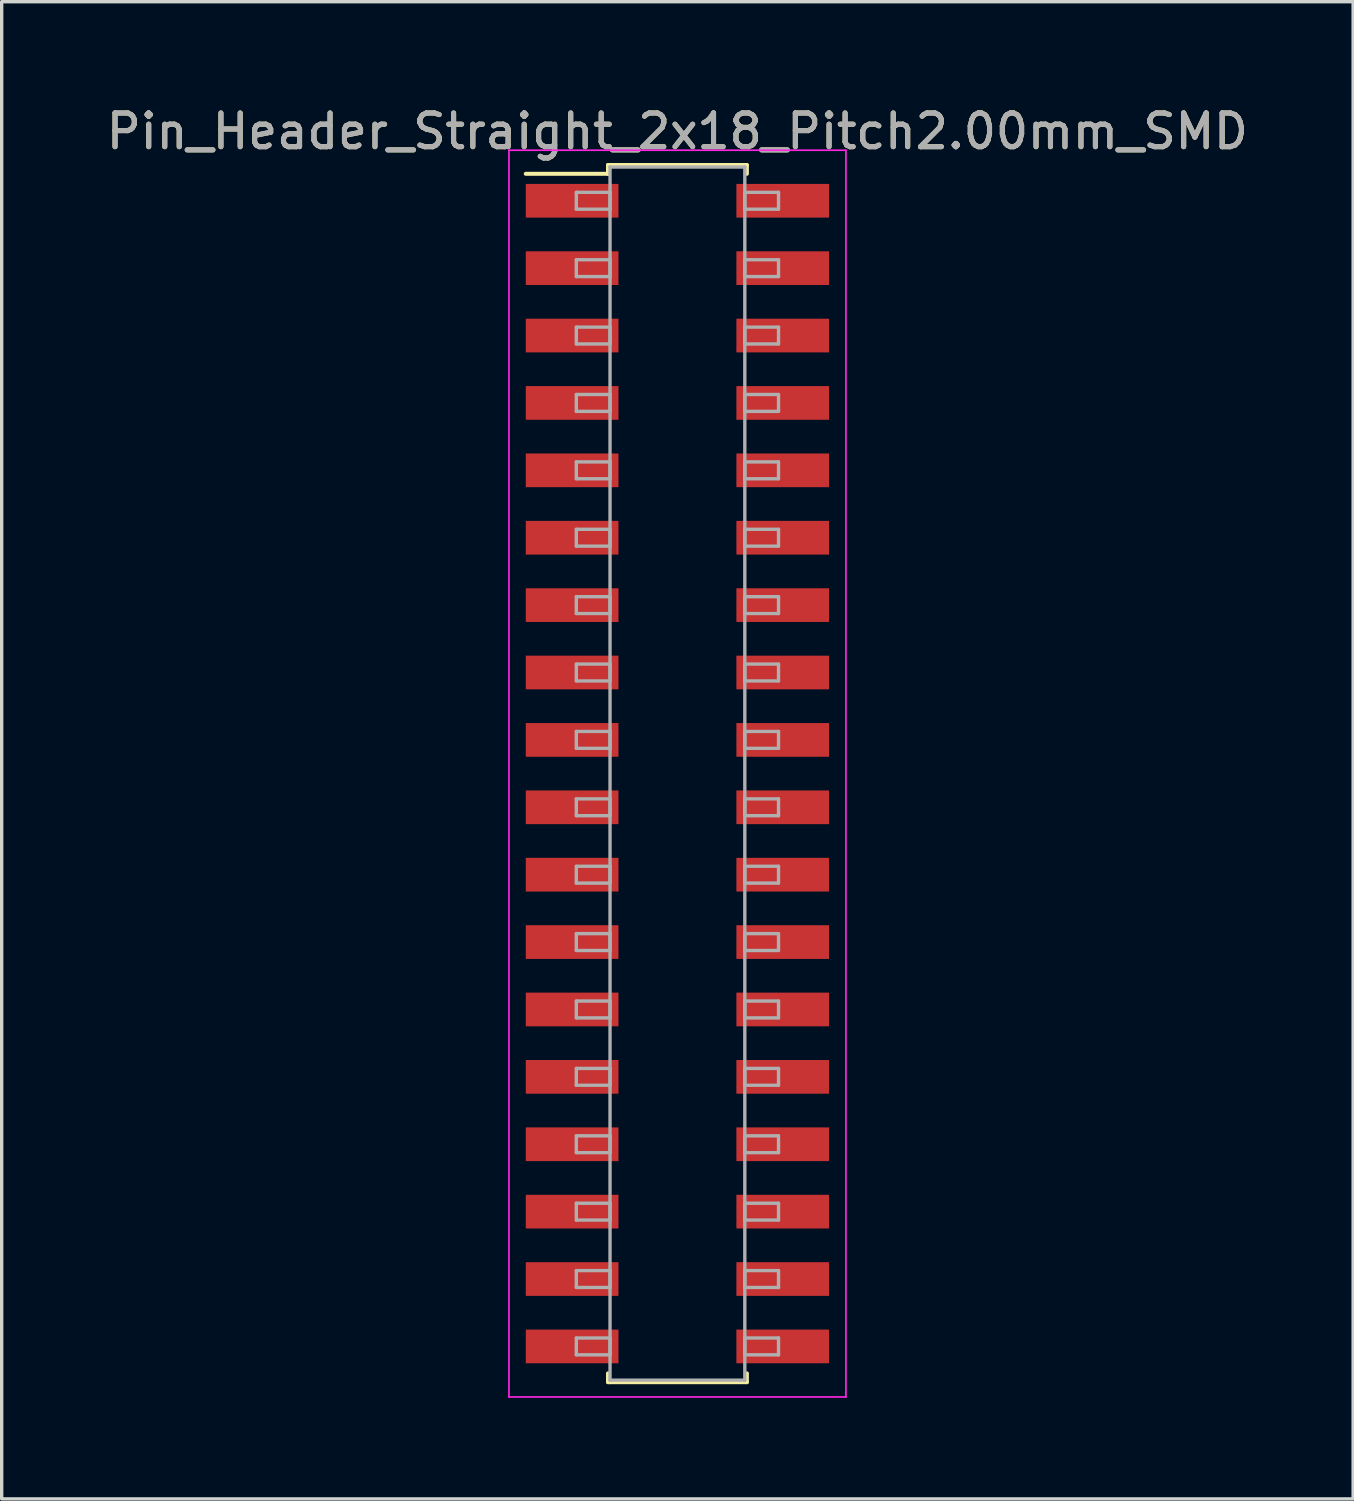
<source format=kicad_pcb>
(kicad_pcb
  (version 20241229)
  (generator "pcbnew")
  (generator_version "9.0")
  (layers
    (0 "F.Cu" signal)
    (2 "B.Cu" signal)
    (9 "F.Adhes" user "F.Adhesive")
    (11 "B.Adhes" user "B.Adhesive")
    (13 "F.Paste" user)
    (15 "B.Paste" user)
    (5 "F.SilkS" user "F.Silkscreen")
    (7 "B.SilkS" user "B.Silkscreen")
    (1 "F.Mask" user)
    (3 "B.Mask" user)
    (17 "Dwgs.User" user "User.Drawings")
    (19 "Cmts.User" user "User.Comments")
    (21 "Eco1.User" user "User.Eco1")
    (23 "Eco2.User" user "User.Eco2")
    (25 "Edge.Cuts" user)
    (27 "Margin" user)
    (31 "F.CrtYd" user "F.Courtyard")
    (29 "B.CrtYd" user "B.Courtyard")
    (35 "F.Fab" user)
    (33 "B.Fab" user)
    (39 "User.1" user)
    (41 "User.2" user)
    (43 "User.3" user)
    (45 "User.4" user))
  (footprint "Pin_Header_Straight_2x18_Pitch2.00mm_SMD"
    (layer "F.Cu")
    (at 17.054 19.908)
    (property "Reference" "Pin_Header_Straight_2x18_Pitch2.00mm_SMD" (at 0 -19.06 0) (layer "F.SilkS") (effects (font (size 1 1) (thickness 0.15))))
    (attr smd)
    (fp_line (start -4.5 -17.8) (end -2.06 -17.8) (stroke (width 0.12) (type solid)) (layer "F.SilkS"))
    (fp_line (start -2.06 -18.06) (end 2.06 -18.06) (stroke (width 0.12) (type solid)) (layer "F.SilkS"))
    (fp_line (start -2.06 -17.8) (end -2.06 -18.06) (stroke (width 0.12) (type solid)) (layer "F.SilkS"))
    (fp_line (start -2.06 17.8) (end -2.06 18.06) (stroke (width 0.12) (type solid)) (layer "F.SilkS"))
    (fp_line (start -2.06 18.06) (end 2.06 18.06) (stroke (width 0.12) (type solid)) (layer "F.SilkS"))
    (fp_line (start 2.06 -18.06) (end 2.06 -17.8) (stroke (width 0.12) (type solid)) (layer "F.SilkS"))
    (fp_line (start 2.06 18.06) (end 2.06 17.8) (stroke (width 0.12) (type solid)) (layer "F.SilkS"))
    (fp_line (start -5 -18.5) (end -5 18.5) (stroke (width 0.05) (type solid)) (layer "F.CrtYd"))
    (fp_line (start -5 18.5) (end 5 18.5) (stroke (width 0.05) (type solid)) (layer "F.CrtYd"))
    (fp_line (start 5 -18.5) (end -5 -18.5) (stroke (width 0.05) (type solid)) (layer "F.CrtYd"))
    (fp_line (start 5 18.5) (end 5 -18.5) (stroke (width 0.05) (type solid)) (layer "F.CrtYd"))
    (fp_line (start -3 -17.25) (end -2 -17.25) (stroke (width 0.1) (type solid)) (layer "F.Fab"))
    (fp_line (start -3 -16.75) (end -3 -17.25) (stroke (width 0.1) (type solid)) (layer "F.Fab"))
    (fp_line (start -3 -15.25) (end -2 -15.25) (stroke (width 0.1) (type solid)) (layer "F.Fab"))
    (fp_line (start -3 -14.75) (end -3 -15.25) (stroke (width 0.1) (type solid)) (layer "F.Fab"))
    (fp_line (start -3 -13.25) (end -2 -13.25) (stroke (width 0.1) (type solid)) (layer "F.Fab"))
    (fp_line (start -3 -12.75) (end -3 -13.25) (stroke (width 0.1) (type solid)) (layer "F.Fab"))
    (fp_line (start -3 -11.25) (end -2 -11.25) (stroke (width 0.1) (type solid)) (layer "F.Fab"))
    (fp_line (start -3 -10.75) (end -3 -11.25) (stroke (width 0.1) (type solid)) (layer "F.Fab"))
    (fp_line (start -3 -9.25) (end -2 -9.25) (stroke (width 0.1) (type solid)) (layer "F.Fab"))
    (fp_line (start -3 -8.75) (end -3 -9.25) (stroke (width 0.1) (type solid)) (layer "F.Fab"))
    (fp_line (start -3 -7.25) (end -2 -7.25) (stroke (width 0.1) (type solid)) (layer "F.Fab"))
    (fp_line (start -3 -6.75) (end -3 -7.25) (stroke (width 0.1) (type solid)) (layer "F.Fab"))
    (fp_line (start -3 -5.25) (end -2 -5.25) (stroke (width 0.1) (type solid)) (layer "F.Fab"))
    (fp_line (start -3 -4.75) (end -3 -5.25) (stroke (width 0.1) (type solid)) (layer "F.Fab"))
    (fp_line (start -3 -3.25) (end -2 -3.25) (stroke (width 0.1) (type solid)) (layer "F.Fab"))
    (fp_line (start -3 -2.75) (end -3 -3.25) (stroke (width 0.1) (type solid)) (layer "F.Fab"))
    (fp_line (start -3 -1.25) (end -2 -1.25) (stroke (width 0.1) (type solid)) (layer "F.Fab"))
    (fp_line (start -3 -0.75) (end -3 -1.25) (stroke (width 0.1) (type solid)) (layer "F.Fab"))
    (fp_line (start -3 0.75) (end -2 0.75) (stroke (width 0.1) (type solid)) (layer "F.Fab"))
    (fp_line (start -3 1.25) (end -3 0.75) (stroke (width 0.1) (type solid)) (layer "F.Fab"))
    (fp_line (start -3 2.75) (end -2 2.75) (stroke (width 0.1) (type solid)) (layer "F.Fab"))
    (fp_line (start -3 3.25) (end -3 2.75) (stroke (width 0.1) (type solid)) (layer "F.Fab"))
    (fp_line (start -3 4.75) (end -2 4.75) (stroke (width 0.1) (type solid)) (layer "F.Fab"))
    (fp_line (start -3 5.25) (end -3 4.75) (stroke (width 0.1) (type solid)) (layer "F.Fab"))
    (fp_line (start -3 6.75) (end -2 6.75) (stroke (width 0.1) (type solid)) (layer "F.Fab"))
    (fp_line (start -3 7.25) (end -3 6.75) (stroke (width 0.1) (type solid)) (layer "F.Fab"))
    (fp_line (start -3 8.75) (end -2 8.75) (stroke (width 0.1) (type solid)) (layer "F.Fab"))
    (fp_line (start -3 9.25) (end -3 8.75) (stroke (width 0.1) (type solid)) (layer "F.Fab"))
    (fp_line (start -3 10.75) (end -2 10.75) (stroke (width 0.1) (type solid)) (layer "F.Fab"))
    (fp_line (start -3 11.25) (end -3 10.75) (stroke (width 0.1) (type solid)) (layer "F.Fab"))
    (fp_line (start -3 12.75) (end -2 12.75) (stroke (width 0.1) (type solid)) (layer "F.Fab"))
    (fp_line (start -3 13.25) (end -3 12.75) (stroke (width 0.1) (type solid)) (layer "F.Fab"))
    (fp_line (start -3 14.75) (end -2 14.75) (stroke (width 0.1) (type solid)) (layer "F.Fab"))
    (fp_line (start -3 15.25) (end -3 14.75) (stroke (width 0.1) (type solid)) (layer "F.Fab"))
    (fp_line (start -3 16.75) (end -2 16.75) (stroke (width 0.1) (type solid)) (layer "F.Fab"))
    (fp_line (start -3 17.25) (end -3 16.75) (stroke (width 0.1) (type solid)) (layer "F.Fab"))
    (fp_line (start -2 -18) (end -2 18) (stroke (width 0.1) (type solid)) (layer "F.Fab"))
    (fp_line (start -2 -17.25) (end -2 -16.75) (stroke (width 0.1) (type solid)) (layer "F.Fab"))
    (fp_line (start -2 -16.75) (end -3 -16.75) (stroke (width 0.1) (type solid)) (layer "F.Fab"))
    (fp_line (start -2 -15.25) (end -2 -14.75) (stroke (width 0.1) (type solid)) (layer "F.Fab"))
    (fp_line (start -2 -14.75) (end -3 -14.75) (stroke (width 0.1) (type solid)) (layer "F.Fab"))
    (fp_line (start -2 -13.25) (end -2 -12.75) (stroke (width 0.1) (type solid)) (layer "F.Fab"))
    (fp_line (start -2 -12.75) (end -3 -12.75) (stroke (width 0.1) (type solid)) (layer "F.Fab"))
    (fp_line (start -2 -11.25) (end -2 -10.75) (stroke (width 0.1) (type solid)) (layer "F.Fab"))
    (fp_line (start -2 -10.75) (end -3 -10.75) (stroke (width 0.1) (type solid)) (layer "F.Fab"))
    (fp_line (start -2 -9.25) (end -2 -8.75) (stroke (width 0.1) (type solid)) (layer "F.Fab"))
    (fp_line (start -2 -8.75) (end -3 -8.75) (stroke (width 0.1) (type solid)) (layer "F.Fab"))
    (fp_line (start -2 -7.25) (end -2 -6.75) (stroke (width 0.1) (type solid)) (layer "F.Fab"))
    (fp_line (start -2 -6.75) (end -3 -6.75) (stroke (width 0.1) (type solid)) (layer "F.Fab"))
    (fp_line (start -2 -5.25) (end -2 -4.75) (stroke (width 0.1) (type solid)) (layer "F.Fab"))
    (fp_line (start -2 -4.75) (end -3 -4.75) (stroke (width 0.1) (type solid)) (layer "F.Fab"))
    (fp_line (start -2 -3.25) (end -2 -2.75) (stroke (width 0.1) (type solid)) (layer "F.Fab"))
    (fp_line (start -2 -2.75) (end -3 -2.75) (stroke (width 0.1) (type solid)) (layer "F.Fab"))
    (fp_line (start -2 -1.25) (end -2 -0.75) (stroke (width 0.1) (type solid)) (layer "F.Fab"))
    (fp_line (start -2 -0.75) (end -3 -0.75) (stroke (width 0.1) (type solid)) (layer "F.Fab"))
    (fp_line (start -2 0.75) (end -2 1.25) (stroke (width 0.1) (type solid)) (layer "F.Fab"))
    (fp_line (start -2 1.25) (end -3 1.25) (stroke (width 0.1) (type solid)) (layer "F.Fab"))
    (fp_line (start -2 2.75) (end -2 3.25) (stroke (width 0.1) (type solid)) (layer "F.Fab"))
    (fp_line (start -2 3.25) (end -3 3.25) (stroke (width 0.1) (type solid)) (layer "F.Fab"))
    (fp_line (start -2 4.75) (end -2 5.25) (stroke (width 0.1) (type solid)) (layer "F.Fab"))
    (fp_line (start -2 5.25) (end -3 5.25) (stroke (width 0.1) (type solid)) (layer "F.Fab"))
    (fp_line (start -2 6.75) (end -2 7.25) (stroke (width 0.1) (type solid)) (layer "F.Fab"))
    (fp_line (start -2 7.25) (end -3 7.25) (stroke (width 0.1) (type solid)) (layer "F.Fab"))
    (fp_line (start -2 8.75) (end -2 9.25) (stroke (width 0.1) (type solid)) (layer "F.Fab"))
    (fp_line (start -2 9.25) (end -3 9.25) (stroke (width 0.1) (type solid)) (layer "F.Fab"))
    (fp_line (start -2 10.75) (end -2 11.25) (stroke (width 0.1) (type solid)) (layer "F.Fab"))
    (fp_line (start -2 11.25) (end -3 11.25) (stroke (width 0.1) (type solid)) (layer "F.Fab"))
    (fp_line (start -2 12.75) (end -2 13.25) (stroke (width 0.1) (type solid)) (layer "F.Fab"))
    (fp_line (start -2 13.25) (end -3 13.25) (stroke (width 0.1) (type solid)) (layer "F.Fab"))
    (fp_line (start -2 14.75) (end -2 15.25) (stroke (width 0.1) (type solid)) (layer "F.Fab"))
    (fp_line (start -2 15.25) (end -3 15.25) (stroke (width 0.1) (type solid)) (layer "F.Fab"))
    (fp_line (start -2 16.75) (end -2 17.25) (stroke (width 0.1) (type solid)) (layer "F.Fab"))
    (fp_line (start -2 17.25) (end -3 17.25) (stroke (width 0.1) (type solid)) (layer "F.Fab"))
    (fp_line (start -2 18) (end 2 18) (stroke (width 0.1) (type solid)) (layer "F.Fab"))
    (fp_line (start 2 -18) (end -2 -18) (stroke (width 0.1) (type solid)) (layer "F.Fab"))
    (fp_line (start 2 -17.25) (end 2 -16.75) (stroke (width 0.1) (type solid)) (layer "F.Fab"))
    (fp_line (start 2 -16.75) (end 3 -16.75) (stroke (width 0.1) (type solid)) (layer "F.Fab"))
    (fp_line (start 2 -15.25) (end 2 -14.75) (stroke (width 0.1) (type solid)) (layer "F.Fab"))
    (fp_line (start 2 -14.75) (end 3 -14.75) (stroke (width 0.1) (type solid)) (layer "F.Fab"))
    (fp_line (start 2 -13.25) (end 2 -12.75) (stroke (width 0.1) (type solid)) (layer "F.Fab"))
    (fp_line (start 2 -12.75) (end 3 -12.75) (stroke (width 0.1) (type solid)) (layer "F.Fab"))
    (fp_line (start 2 -11.25) (end 2 -10.75) (stroke (width 0.1) (type solid)) (layer "F.Fab"))
    (fp_line (start 2 -10.75) (end 3 -10.75) (stroke (width 0.1) (type solid)) (layer "F.Fab"))
    (fp_line (start 2 -9.25) (end 2 -8.75) (stroke (width 0.1) (type solid)) (layer "F.Fab"))
    (fp_line (start 2 -8.75) (end 3 -8.75) (stroke (width 0.1) (type solid)) (layer "F.Fab"))
    (fp_line (start 2 -7.25) (end 2 -6.75) (stroke (width 0.1) (type solid)) (layer "F.Fab"))
    (fp_line (start 2 -6.75) (end 3 -6.75) (stroke (width 0.1) (type solid)) (layer "F.Fab"))
    (fp_line (start 2 -5.25) (end 2 -4.75) (stroke (width 0.1) (type solid)) (layer "F.Fab"))
    (fp_line (start 2 -4.75) (end 3 -4.75) (stroke (width 0.1) (type solid)) (layer "F.Fab"))
    (fp_line (start 2 -3.25) (end 2 -2.75) (stroke (width 0.1) (type solid)) (layer "F.Fab"))
    (fp_line (start 2 -2.75) (end 3 -2.75) (stroke (width 0.1) (type solid)) (layer "F.Fab"))
    (fp_line (start 2 -1.25) (end 2 -0.75) (stroke (width 0.1) (type solid)) (layer "F.Fab"))
    (fp_line (start 2 -0.75) (end 3 -0.75) (stroke (width 0.1) (type solid)) (layer "F.Fab"))
    (fp_line (start 2 0.75) (end 2 1.25) (stroke (width 0.1) (type solid)) (layer "F.Fab"))
    (fp_line (start 2 1.25) (end 3 1.25) (stroke (width 0.1) (type solid)) (layer "F.Fab"))
    (fp_line (start 2 2.75) (end 2 3.25) (stroke (width 0.1) (type solid)) (layer "F.Fab"))
    (fp_line (start 2 3.25) (end 3 3.25) (stroke (width 0.1) (type solid)) (layer "F.Fab"))
    (fp_line (start 2 4.75) (end 2 5.25) (stroke (width 0.1) (type solid)) (layer "F.Fab"))
    (fp_line (start 2 5.25) (end 3 5.25) (stroke (width 0.1) (type solid)) (layer "F.Fab"))
    (fp_line (start 2 6.75) (end 2 7.25) (stroke (width 0.1) (type solid)) (layer "F.Fab"))
    (fp_line (start 2 7.25) (end 3 7.25) (stroke (width 0.1) (type solid)) (layer "F.Fab"))
    (fp_line (start 2 8.75) (end 2 9.25) (stroke (width 0.1) (type solid)) (layer "F.Fab"))
    (fp_line (start 2 9.25) (end 3 9.25) (stroke (width 0.1) (type solid)) (layer "F.Fab"))
    (fp_line (start 2 10.75) (end 2 11.25) (stroke (width 0.1) (type solid)) (layer "F.Fab"))
    (fp_line (start 2 11.25) (end 3 11.25) (stroke (width 0.1) (type solid)) (layer "F.Fab"))
    (fp_line (start 2 12.75) (end 2 13.25) (stroke (width 0.1) (type solid)) (layer "F.Fab"))
    (fp_line (start 2 13.25) (end 3 13.25) (stroke (width 0.1) (type solid)) (layer "F.Fab"))
    (fp_line (start 2 14.75) (end 2 15.25) (stroke (width 0.1) (type solid)) (layer "F.Fab"))
    (fp_line (start 2 15.25) (end 3 15.25) (stroke (width 0.1) (type solid)) (layer "F.Fab"))
    (fp_line (start 2 16.75) (end 2 17.25) (stroke (width 0.1) (type solid)) (layer "F.Fab"))
    (fp_line (start 2 17.25) (end 3 17.25) (stroke (width 0.1) (type solid)) (layer "F.Fab"))
    (fp_line (start 2 18) (end 2 -18) (stroke (width 0.1) (type solid)) (layer "F.Fab"))
    (fp_line (start 3 -17.25) (end 2 -17.25) (stroke (width 0.1) (type solid)) (layer "F.Fab"))
    (fp_line (start 3 -16.75) (end 3 -17.25) (stroke (width 0.1) (type solid)) (layer "F.Fab"))
    (fp_line (start 3 -15.25) (end 2 -15.25) (stroke (width 0.1) (type solid)) (layer "F.Fab"))
    (fp_line (start 3 -14.75) (end 3 -15.25) (stroke (width 0.1) (type solid)) (layer "F.Fab"))
    (fp_line (start 3 -13.25) (end 2 -13.25) (stroke (width 0.1) (type solid)) (layer "F.Fab"))
    (fp_line (start 3 -12.75) (end 3 -13.25) (stroke (width 0.1) (type solid)) (layer "F.Fab"))
    (fp_line (start 3 -11.25) (end 2 -11.25) (stroke (width 0.1) (type solid)) (layer "F.Fab"))
    (fp_line (start 3 -10.75) (end 3 -11.25) (stroke (width 0.1) (type solid)) (layer "F.Fab"))
    (fp_line (start 3 -9.25) (end 2 -9.25) (stroke (width 0.1) (type solid)) (layer "F.Fab"))
    (fp_line (start 3 -8.75) (end 3 -9.25) (stroke (width 0.1) (type solid)) (layer "F.Fab"))
    (fp_line (start 3 -7.25) (end 2 -7.25) (stroke (width 0.1) (type solid)) (layer "F.Fab"))
    (fp_line (start 3 -6.75) (end 3 -7.25) (stroke (width 0.1) (type solid)) (layer "F.Fab"))
    (fp_line (start 3 -5.25) (end 2 -5.25) (stroke (width 0.1) (type solid)) (layer "F.Fab"))
    (fp_line (start 3 -4.75) (end 3 -5.25) (stroke (width 0.1) (type solid)) (layer "F.Fab"))
    (fp_line (start 3 -3.25) (end 2 -3.25) (stroke (width 0.1) (type solid)) (layer "F.Fab"))
    (fp_line (start 3 -2.75) (end 3 -3.25) (stroke (width 0.1) (type solid)) (layer "F.Fab"))
    (fp_line (start 3 -1.25) (end 2 -1.25) (stroke (width 0.1) (type solid)) (layer "F.Fab"))
    (fp_line (start 3 -0.75) (end 3 -1.25) (stroke (width 0.1) (type solid)) (layer "F.Fab"))
    (fp_line (start 3 0.75) (end 2 0.75) (stroke (width 0.1) (type solid)) (layer "F.Fab"))
    (fp_line (start 3 1.25) (end 3 0.75) (stroke (width 0.1) (type solid)) (layer "F.Fab"))
    (fp_line (start 3 2.75) (end 2 2.75) (stroke (width 0.1) (type solid)) (layer "F.Fab"))
    (fp_line (start 3 3.25) (end 3 2.75) (stroke (width 0.1) (type solid)) (layer "F.Fab"))
    (fp_line (start 3 4.75) (end 2 4.75) (stroke (width 0.1) (type solid)) (layer "F.Fab"))
    (fp_line (start 3 5.25) (end 3 4.75) (stroke (width 0.1) (type solid)) (layer "F.Fab"))
    (fp_line (start 3 6.75) (end 2 6.75) (stroke (width 0.1) (type solid)) (layer "F.Fab"))
    (fp_line (start 3 7.25) (end 3 6.75) (stroke (width 0.1) (type solid)) (layer "F.Fab"))
    (fp_line (start 3 8.75) (end 2 8.75) (stroke (width 0.1) (type solid)) (layer "F.Fab"))
    (fp_line (start 3 9.25) (end 3 8.75) (stroke (width 0.1) (type solid)) (layer "F.Fab"))
    (fp_line (start 3 10.75) (end 2 10.75) (stroke (width 0.1) (type solid)) (layer "F.Fab"))
    (fp_line (start 3 11.25) (end 3 10.75) (stroke (width 0.1) (type solid)) (layer "F.Fab"))
    (fp_line (start 3 12.75) (end 2 12.75) (stroke (width 0.1) (type solid)) (layer "F.Fab"))
    (fp_line (start 3 13.25) (end 3 12.75) (stroke (width 0.1) (type solid)) (layer "F.Fab"))
    (fp_line (start 3 14.75) (end 2 14.75) (stroke (width 0.1) (type solid)) (layer "F.Fab"))
    (fp_line (start 3 15.25) (end 3 14.75) (stroke (width 0.1) (type solid)) (layer "F.Fab"))
    (fp_line (start 3 16.75) (end 2 16.75) (stroke (width 0.1) (type solid)) (layer "F.Fab"))
    (fp_line (start 3 17.25) (end 3 16.75) (stroke (width 0.1) (type solid)) (layer "F.Fab"))
    (fp_text user "${REFERENCE}" (at 0 -19.06 0) (layer "F.Fab") (effects (font (size 1 1) (thickness 0.15))))
    (pad "1" smd rect (at -3.125 -17) (size 2.75 1) (layers "F.Cu" "F.Mask" "F.Paste"))
    (pad "2" smd rect (at 3.125 -17) (size 2.75 1) (layers "F.Cu" "F.Mask" "F.Paste"))
    (pad "3" smd rect (at -3.125 -15) (size 2.75 1) (layers "F.Cu" "F.Mask" "F.Paste"))
    (pad "4" smd rect (at 3.125 -15) (size 2.75 1) (layers "F.Cu" "F.Mask" "F.Paste"))
    (pad "5" smd rect (at -3.125 -13) (size 2.75 1) (layers "F.Cu" "F.Mask" "F.Paste"))
    (pad "6" smd rect (at 3.125 -13) (size 2.75 1) (layers "F.Cu" "F.Mask" "F.Paste"))
    (pad "7" smd rect (at -3.125 -11) (size 2.75 1) (layers "F.Cu" "F.Mask" "F.Paste"))
    (pad "8" smd rect (at 3.125 -11) (size 2.75 1) (layers "F.Cu" "F.Mask" "F.Paste"))
    (pad "9" smd rect (at -3.125 -9) (size 2.75 1) (layers "F.Cu" "F.Mask" "F.Paste"))
    (pad "10" smd rect (at 3.125 -9) (size 2.75 1) (layers "F.Cu" "F.Mask" "F.Paste"))
    (pad "11" smd rect (at -3.125 -7) (size 2.75 1) (layers "F.Cu" "F.Mask" "F.Paste"))
    (pad "12" smd rect (at 3.125 -7) (size 2.75 1) (layers "F.Cu" "F.Mask" "F.Paste"))
    (pad "13" smd rect (at -3.125 -5) (size 2.75 1) (layers "F.Cu" "F.Mask" "F.Paste"))
    (pad "14" smd rect (at 3.125 -5) (size 2.75 1) (layers "F.Cu" "F.Mask" "F.Paste"))
    (pad "15" smd rect (at -3.125 -3) (size 2.75 1) (layers "F.Cu" "F.Mask" "F.Paste"))
    (pad "16" smd rect (at 3.125 -3) (size 2.75 1) (layers "F.Cu" "F.Mask" "F.Paste"))
    (pad "17" smd rect (at -3.125 -1) (size 2.75 1) (layers "F.Cu" "F.Mask" "F.Paste"))
    (pad "18" smd rect (at 3.125 -1) (size 2.75 1) (layers "F.Cu" "F.Mask" "F.Paste"))
    (pad "19" smd rect (at -3.125 1) (size 2.75 1) (layers "F.Cu" "F.Mask" "F.Paste"))
    (pad "20" smd rect (at 3.125 1) (size 2.75 1) (layers "F.Cu" "F.Mask" "F.Paste"))
    (pad "21" smd rect (at -3.125 3) (size 2.75 1) (layers "F.Cu" "F.Mask" "F.Paste"))
    (pad "22" smd rect (at 3.125 3) (size 2.75 1) (layers "F.Cu" "F.Mask" "F.Paste"))
    (pad "23" smd rect (at -3.125 5) (size 2.75 1) (layers "F.Cu" "F.Mask" "F.Paste"))
    (pad "24" smd rect (at 3.125 5) (size 2.75 1) (layers "F.Cu" "F.Mask" "F.Paste"))
    (pad "25" smd rect (at -3.125 7) (size 2.75 1) (layers "F.Cu" "F.Mask" "F.Paste"))
    (pad "26" smd rect (at 3.125 7) (size 2.75 1) (layers "F.Cu" "F.Mask" "F.Paste"))
    (pad "27" smd rect (at -3.125 9) (size 2.75 1) (layers "F.Cu" "F.Mask" "F.Paste"))
    (pad "28" smd rect (at 3.125 9) (size 2.75 1) (layers "F.Cu" "F.Mask" "F.Paste"))
    (pad "29" smd rect (at -3.125 11) (size 2.75 1) (layers "F.Cu" "F.Mask" "F.Paste"))
    (pad "30" smd rect (at 3.125 11) (size 2.75 1) (layers "F.Cu" "F.Mask" "F.Paste"))
    (pad "31" smd rect (at -3.125 13) (size 2.75 1) (layers "F.Cu" "F.Mask" "F.Paste"))
    (pad "32" smd rect (at 3.125 13) (size 2.75 1) (layers "F.Cu" "F.Mask" "F.Paste"))
    (pad "33" smd rect (at -3.125 15) (size 2.75 1) (layers "F.Cu" "F.Mask" "F.Paste"))
    (pad "34" smd rect (at 3.125 15) (size 2.75 1) (layers "F.Cu" "F.Mask" "F.Paste"))
    (pad "35" smd rect (at -3.125 17) (size 2.75 1) (layers "F.Cu" "F.Mask" "F.Paste"))
    (pad "36" smd rect (at 3.125 17) (size 2.75 1) (layers "F.Cu" "F.Mask" "F.Paste")))
  (gr_rect
    (start -3 -3)
    (end 37.107 41.433)
    (stroke (width 0.1) (type default))
    (fill no)
    (layer "Edge.Cuts")))
</source>
